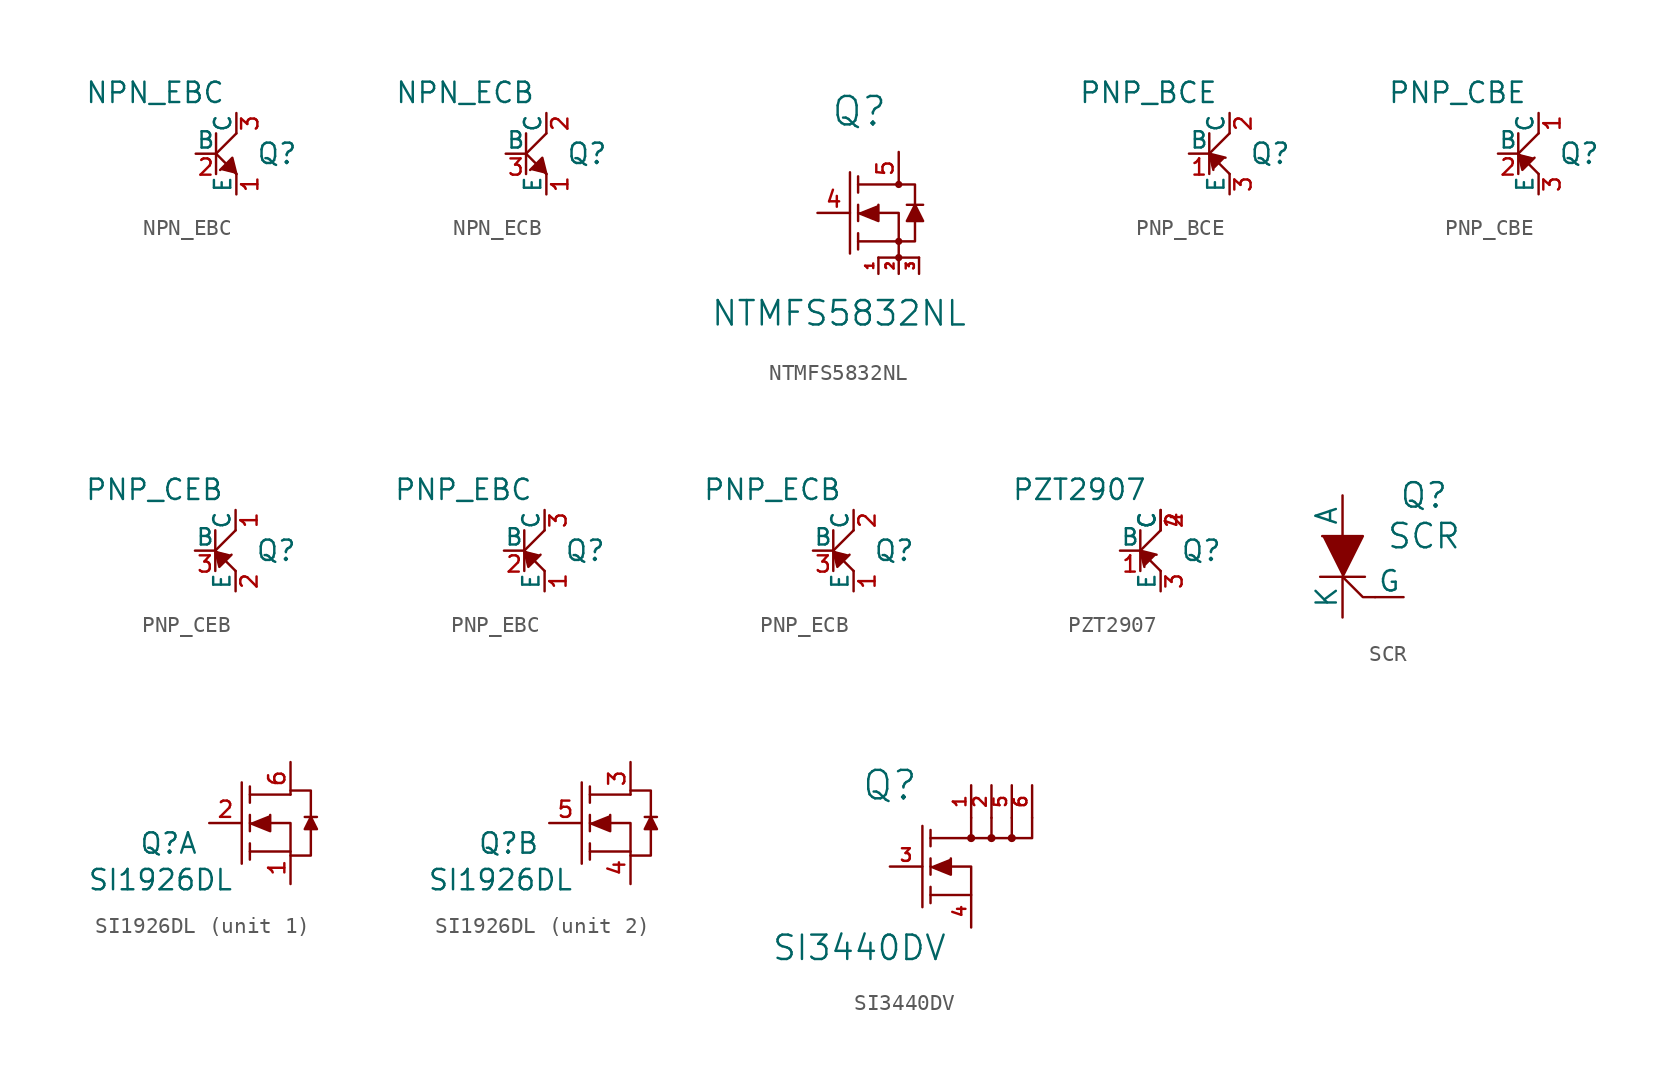
<source format=kicad_sym>
(kicad_symbol_lib
  (version 20220914)
  (generator kicad_symbol_editor)
  (symbol "NPN_EBC"
    (pin_names
      (offset 0))
    (property "Reference" "Q"
      (at 3.81 0 0)
      (effects (font (size 1.27 1.27))))
    (property "Value" "NPN_EBC"
      (at -3.81 3.81 0)
      (effects (font (size 1.27 1.27))))
    (property "Footprint" ""
      (at 0 0 0)
      (effects (font (size 1.524 1.524))))
    (property "Datasheet" ""
      (at 0 0 0)
      (effects (font (size 1.524 1.524))))
    (symbol "NPN_EBC_0_1"
      (polyline (pts (xy 0 0) (xy 1.27 -1.27) (xy 1.27 -1.27)) (stroke (width 0) (type solid)) (fill (type outline)))
      (polyline (pts (xy 0 0) (xy 1.27 1.27) (xy 1.27 1.27)) (stroke (width 0) (type solid)) (fill (type outline)))
      (polyline (pts (xy 0 1.27) (xy 0 -1.27) (xy 0 -1.27)) (stroke (width 0) (type solid)) (fill (type outline)))
      (polyline (pts (xy 1.27 -1.27) (xy 1.016 -0.254) (xy 0.254 -1.016) (xy 0.254 -1.016)) (stroke (width 0) (type solid)) (fill (type outline))))
    (symbol "NPN_EBC_1_1"
      (pin passive line (at 1.27 -2.54 90) (length 1.27) (name "E" (effects (font (size 1.016 1.016)))) (number "1" (effects (font (size 1.016 1.016)))))
      (pin input line (at -1.27 0 0) (length 1.27) (name "B" (effects (font (size 1.016 1.016)))) (number "2" (effects (font (size 1.016 1.016)))))
      (pin passive line (at 1.27 2.54 270) (length 1.27) (name "C" (effects (font (size 1.016 1.016)))) (number "3" (effects (font (size 1.016 1.016)))))))
  (symbol "NPN_ECB"
    (pin_names
      (offset 0))
    (property "Reference" "Q"
      (at 3.81 0 0)
      (effects (font (size 1.27 1.27))))
    (property "Value" "NPN_ECB"
      (at -3.81 3.81 0)
      (effects (font (size 1.27 1.27))))
    (property "Footprint" ""
      (at 0 0 0)
      (effects (font (size 1.524 1.524))))
    (property "Datasheet" ""
      (at 0 0 0)
      (effects (font (size 1.524 1.524))))
    (symbol "NPN_ECB_0_1"
      (polyline (pts (xy 0 0) (xy 1.27 -1.27) (xy 1.27 -1.27)) (stroke (width 0) (type solid)) (fill (type outline)))
      (polyline (pts (xy 0 0) (xy 1.27 1.27) (xy 1.27 1.27)) (stroke (width 0) (type solid)) (fill (type outline)))
      (polyline (pts (xy 0 1.27) (xy 0 -1.27) (xy 0 -1.27)) (stroke (width 0) (type solid)) (fill (type outline)))
      (polyline (pts (xy 1.27 -1.27) (xy 1.016 -0.254) (xy 0.254 -1.016) (xy 0.254 -1.016)) (stroke (width 0) (type solid)) (fill (type outline))))
    (symbol "NPN_ECB_1_1"
      (pin passive line (at 1.27 -2.54 90) (length 1.27) (name "E" (effects (font (size 1.016 1.016)))) (number "1" (effects (font (size 1.016 1.016)))))
      (pin passive line (at 1.27 2.54 270) (length 1.27) (name "C" (effects (font (size 1.016 1.016)))) (number "2" (effects (font (size 1.016 1.016)))))
      (pin input line (at -1.27 0 0) (length 1.27) (name "B" (effects (font (size 1.016 1.016)))) (number "3" (effects (font (size 1.016 1.016)))))))
  (symbol "NTMFS5832NL"
    (pin_names
      (offset 0.762) hide)
    (property "Reference" "Q"
      (at -2.464 6.35 0)
      (effects (font (size 1.778 1.778))))
    (property "Value" "NTMFS5832NL"
      (at -3.734 -6.274 0)
      (effects (font (size 1.524 1.524))))
    (property "Footprint" ""
      (at 0 0 0)
      (effects (font (size 1.524 1.524))))
    (property "Datasheet" ""
      (at 0 0 0)
      (effects (font (size 1.524 1.524))))
    (symbol "NTMFS5832NL_0_1"
      (circle (center 0 -2.794) (radius 0.152) (stroke (width 0) (type solid)) (fill (type none)))
      (circle (center 0 -1.778) (radius 0.152) (stroke (width 0) (type solid)) (fill (type none)))
      (polyline (pts (xy 0 -2.794) (xy 0 -1.778)) (stroke (width 0) (type solid)) (fill (type none)))
      (polyline (pts (xy 0.508 0.508) (xy 1.524 0.508)) (stroke (width 0) (type solid)) (fill (type none)))
      (polyline (pts (xy 1.27 -2.794) (xy -1.27 -2.794)) (stroke (width 0) (type solid)) (fill (type none)))
      (polyline (pts (xy -3.048 2.54) (xy -3.048 -2.54) (xy -3.048 -2.54)) (stroke (width 0) (type solid)) (fill (type outline)))
      (polyline (pts (xy -2.54 -2.286) (xy -2.54 -1.27) (xy -2.54 -1.27)) (stroke (width 0) (type solid)) (fill (type outline)))
      (polyline (pts (xy -2.54 -0.508) (xy -2.54 0.508) (xy -2.54 0.508)) (stroke (width 0) (type solid)) (fill (type outline)))
      (polyline (pts (xy -2.54 1.27) (xy -2.54 2.286) (xy -2.54 2.286)) (stroke (width 0) (type solid)) (fill (type outline)))
      (polyline (pts (xy -2.54 1.778) (xy 0 1.778) (xy 0 1.778)) (stroke (width 0) (type solid)) (fill (type none)))
      (polyline (pts (xy -1.27 0.508) (xy -1.27 -0.508) (xy -2.54 0) (xy -2.54 0)) (stroke (width 0) (type solid)) (fill (type outline)))
      (polyline (pts (xy 0.508 -0.508) (xy 1.524 -0.508) (xy 1.016 0.508) (xy 0.508 -0.508)) (stroke (width 0) (type solid)) (fill (type outline)))
      (polyline (pts (xy -2.54 -1.778) (xy 0 -1.778) (xy 0 0) (xy -1.27 0) (xy -1.27 0)) (stroke (width 0) (type solid)) (fill (type none)))
      (polyline (pts (xy 0 1.778) (xy 1.016 1.778) (xy 1.016 0.508) (xy 1.016 -1.778) (xy 0 -1.778)) (stroke (width 0) (type solid)) (fill (type none)))
      (circle (center 0 1.778) (radius 0.152) (stroke (width 0) (type solid)) (fill (type none))))
    (symbol "NTMFS5832NL_1_1"
      (pin passive line (at -1.27 -3.81 90) (length 1.016) (name "S" (effects (font (size 0.508 0.508)))) (number "1" (effects (font (size 0.508 0.508)))))
      (pin passive line (at 0 -3.81 90) (length 1.016) (name "S" (effects (font (size 0.508 0.508)))) (number "2" (effects (font (size 0.508 0.508)))))
      (pin passive line (at 1.27 -3.81 90) (length 1.016) (name "S" (effects (font (size 0.508 0.508)))) (number "3" (effects (font (size 0.508 0.508)))))
      (pin input line (at -5.08 0 0) (length 2.032) (name "G" (effects (font (size 1.016 1.016)))) (number "4" (effects (font (size 1.016 1.016)))))
      (pin passive line (at 0 3.81 270) (length 2.032) (name "D" (effects (font (size 1.016 1.016)))) (number "5" (effects (font (size 1.016 1.016)))))))
  (symbol "PNP_BCE"
    (pin_names
      (offset 0))
    (property "Reference" "Q"
      (at 3.81 0 0)
      (effects (font (size 1.27 1.27))))
    (property "Value" "PNP_BCE"
      (at -3.81 3.81 0)
      (effects (font (size 1.27 1.27))))
    (property "Footprint" ""
      (at 0 0 0)
      (effects (font (size 1.524 1.524))))
    (property "Datasheet" ""
      (at 0 0 0)
      (effects (font (size 1.524 1.524))))
    (symbol "PNP_BCE_0_1"
      (polyline (pts (xy 0 0) (xy 1.27 1.27) (xy 1.27 1.27)) (stroke (width 0) (type solid)) (fill (type outline)))
      (polyline (pts (xy 0 1.27) (xy 0 -1.27) (xy 0 -1.27)) (stroke (width 0) (type solid)) (fill (type outline)))
      (polyline (pts (xy 1.27 -1.27) (xy 0 0) (xy 0 0)) (stroke (width 0) (type solid)) (fill (type outline)))
      (polyline (pts (xy 0.254 -1.016) (xy 0 0) (xy 1.016 -0.254) (xy 1.016 -0.254)) (stroke (width 0) (type solid)) (fill (type outline))))
    (symbol "PNP_BCE_1_1"
      (pin input line (at -1.27 0 0) (length 1.27) (name "B" (effects (font (size 1.016 1.016)))) (number "1" (effects (font (size 1.016 1.016)))))
      (pin passive line (at 1.27 2.54 270) (length 1.27) (name "C" (effects (font (size 1.016 1.016)))) (number "2" (effects (font (size 1.016 1.016)))))
      (pin passive line (at 1.27 -2.54 90) (length 1.27) (name "E" (effects (font (size 1.016 1.016)))) (number "3" (effects (font (size 1.016 1.016)))))))
  (symbol "PNP_CBE"
    (pin_names
      (offset 0))
    (property "Reference" "Q"
      (at 3.81 0 0)
      (effects (font (size 1.27 1.27))))
    (property "Value" "PNP_CBE"
      (at -3.81 3.81 0)
      (effects (font (size 1.27 1.27))))
    (property "Footprint" ""
      (at 0 0 0)
      (effects (font (size 1.524 1.524))))
    (property "Datasheet" ""
      (at 0 0 0)
      (effects (font (size 1.524 1.524))))
    (symbol "PNP_CBE_0_1"
      (polyline (pts (xy 0 0) (xy 1.27 -1.27) (xy 1.27 -1.27)) (stroke (width 0) (type solid)) (fill (type outline)))
      (polyline (pts (xy 0 0) (xy 1.27 1.27) (xy 1.27 1.27)) (stroke (width 0) (type solid)) (fill (type outline)))
      (polyline (pts (xy 0 1.27) (xy 0 -1.27) (xy 0 -1.27)) (stroke (width 0) (type solid)) (fill (type outline)))
      (polyline (pts (xy 1.016 -0.254) (xy 0.254 -1.016) (xy 0 0) (xy 0 0)) (stroke (width 0) (type solid)) (fill (type outline))))
    (symbol "PNP_CBE_1_1"
      (pin passive line (at 1.27 2.54 270) (length 1.27) (name "C" (effects (font (size 1.016 1.016)))) (number "1" (effects (font (size 1.016 1.016)))))
      (pin input line (at -1.27 0 0) (length 1.27) (name "B" (effects (font (size 1.016 1.016)))) (number "2" (effects (font (size 1.016 1.016)))))
      (pin passive line (at 1.27 -2.54 90) (length 1.27) (name "E" (effects (font (size 1.016 1.016)))) (number "3" (effects (font (size 1.016 1.016)))))))
  (symbol "PNP_CEB"
    (pin_names
      (offset 0))
    (property "Reference" "Q"
      (at 3.81 0 0)
      (effects (font (size 1.27 1.27))))
    (property "Value" "PNP_CEB"
      (at -3.81 3.81 0)
      (effects (font (size 1.27 1.27))))
    (property "Footprint" ""
      (at 0 0 0)
      (effects (font (size 1.524 1.524))))
    (property "Datasheet" ""
      (at 0 0 0)
      (effects (font (size 1.524 1.524))))
    (symbol "PNP_CEB_0_1"
      (polyline (pts (xy 0 0) (xy 1.27 -1.27) (xy 1.27 -1.27)) (stroke (width 0) (type solid)) (fill (type outline)))
      (polyline (pts (xy 0 0) (xy 1.27 1.27) (xy 1.27 1.27)) (stroke (width 0) (type solid)) (fill (type outline)))
      (polyline (pts (xy 0 1.27) (xy 0 -1.27) (xy 0 -1.27)) (stroke (width 0) (type solid)) (fill (type outline)))
      (polyline (pts (xy 0 0) (xy 0.254 -1.016) (xy 1.016 -0.254) (xy 1.016 -0.254)) (stroke (width 0) (type solid)) (fill (type outline))))
    (symbol "PNP_CEB_1_1"
      (pin passive line (at 1.27 2.54 270) (length 1.27) (name "C" (effects (font (size 1.016 1.016)))) (number "1" (effects (font (size 1.016 1.016)))))
      (pin passive line (at 1.27 -2.54 90) (length 1.27) (name "E" (effects (font (size 1.016 1.016)))) (number "2" (effects (font (size 1.016 1.016)))))
      (pin input line (at -1.27 0 0) (length 1.27) (name "B" (effects (font (size 1.016 1.016)))) (number "3" (effects (font (size 1.016 1.016)))))))
  (symbol "PNP_EBC"
    (pin_names
      (offset 0))
    (property "Reference" "Q"
      (at 3.81 0 0)
      (effects (font (size 1.27 1.27))))
    (property "Value" "PNP_EBC"
      (at -3.81 3.81 0)
      (effects (font (size 1.27 1.27))))
    (property "Footprint" ""
      (at 0 0 0)
      (effects (font (size 1.524 1.524))))
    (property "Datasheet" ""
      (at 0 0 0)
      (effects (font (size 1.524 1.524))))
    (symbol "PNP_EBC_0_1"
      (polyline (pts (xy 0 0) (xy 1.27 -1.27) (xy 1.27 -1.27)) (stroke (width 0) (type solid)) (fill (type outline)))
      (polyline (pts (xy 0 0) (xy 1.27 1.27) (xy 1.27 1.27)) (stroke (width 0) (type solid)) (fill (type outline)))
      (polyline (pts (xy 0 1.27) (xy 0 -1.27) (xy 0 -1.27)) (stroke (width 0) (type solid)) (fill (type outline)))
      (polyline (pts (xy 1.016 -0.254) (xy 0.254 -1.016) (xy 0 0) (xy 0 0)) (stroke (width 0) (type solid)) (fill (type outline))))
    (symbol "PNP_EBC_1_1"
      (pin passive line (at 1.27 -2.54 90) (length 1.27) (name "E" (effects (font (size 1.016 1.016)))) (number "1" (effects (font (size 1.016 1.016)))))
      (pin input line (at -1.27 0 0) (length 1.27) (name "B" (effects (font (size 1.016 1.016)))) (number "2" (effects (font (size 1.016 1.016)))))
      (pin passive line (at 1.27 2.54 270) (length 1.27) (name "C" (effects (font (size 1.016 1.016)))) (number "3" (effects (font (size 1.016 1.016)))))))
  (symbol "PNP_ECB"
    (pin_names
      (offset 0))
    (property "Reference" "Q"
      (at 3.81 0 0)
      (effects (font (size 1.27 1.27))))
    (property "Value" "PNP_ECB"
      (at -3.81 3.81 0)
      (effects (font (size 1.27 1.27))))
    (property "Footprint" ""
      (at 0 0 0)
      (effects (font (size 1.524 1.524))))
    (property "Datasheet" ""
      (at 0 0 0)
      (effects (font (size 1.524 1.524))))
    (symbol "PNP_ECB_0_1"
      (polyline (pts (xy 0 0) (xy 1.27 -1.27) (xy 1.27 -1.27)) (stroke (width 0) (type solid)) (fill (type outline)))
      (polyline (pts (xy 0 0) (xy 1.27 1.27) (xy 1.27 1.27)) (stroke (width 0) (type solid)) (fill (type outline)))
      (polyline (pts (xy 0 1.27) (xy 0 -1.27) (xy 0 -1.27)) (stroke (width 0) (type solid)) (fill (type outline)))
      (polyline (pts (xy 1.016 -0.254) (xy 0.254 -1.016) (xy 0 0) (xy 0 0)) (stroke (width 0) (type solid)) (fill (type outline))))
    (symbol "PNP_ECB_1_1"
      (pin passive line (at 1.27 -2.54 90) (length 1.27) (name "E" (effects (font (size 1.016 1.016)))) (number "1" (effects (font (size 1.016 1.016)))))
      (pin passive line (at 1.27 2.54 270) (length 1.27) (name "C" (effects (font (size 1.016 1.016)))) (number "2" (effects (font (size 1.016 1.016)))))
      (pin input line (at -1.27 0 0) (length 1.27) (name "B" (effects (font (size 1.016 1.016)))) (number "3" (effects (font (size 1.016 1.016)))))))
  (symbol "PZT2907"
    (pin_names
      (offset 0))
    (property "Reference" "Q"
      (at 3.81 0 0)
      (effects (font (size 1.27 1.27))))
    (property "Value" "PZT2907"
      (at -3.81 3.81 0)
      (effects (font (size 1.27 1.27))))
    (property "Datasheet" ""
      (at 0 0 0)
      (effects (font (size 1.524 1.524))))
    (symbol "PZT2907_0_1"
      (polyline (pts (xy 0 0) (xy 1.27 1.27) (xy 1.27 1.27)) (stroke (width 0) (type solid)) (fill (type outline)))
      (polyline (pts (xy 0 1.27) (xy 0 -1.27) (xy 0 -1.27)) (stroke (width 0) (type solid)) (fill (type outline)))
      (polyline (pts (xy 1.27 -1.27) (xy 0 0) (xy 0 0)) (stroke (width 0) (type solid)) (fill (type outline)))
      (polyline (pts (xy 0.254 -1.016) (xy 0 0) (xy 1.016 -0.254) (xy 1.016 -0.254)) (stroke (width 0) (type solid)) (fill (type outline))))
    (symbol "PZT2907_1_1"
      (pin input line (at -1.27 0 0) (length 1.27) (name "B" (effects (font (size 1.016 1.016)))) (number "1" (effects (font (size 1.016 1.016)))))
      (pin passive line (at 1.27 2.54 270) (length 1.27) (name "C" (effects (font (size 1.016 1.016)))) (number "2" (effects (font (size 1.016 1.016)))))
      (pin passive line (at 1.27 -2.54 90) (length 1.27) (name "E" (effects (font (size 1.016 1.016)))) (number "3" (effects (font (size 1.016 1.016)))))
      (pin passive line (at 1.27 2.54 270) (length 1.27) (name "C" (effects (font (size 1.016 1.016)))) (number "4" (effects (font (size 1.016 1.016)))))))
  (symbol "SCR"
    (pin_numbers hide)
    (pin_names
      (offset 0))
    (property "Reference" "Q"
      (at 5.08 3.81 0)
      (effects (font (size 1.524 1.524))))
    (property "Value" "SCR"
      (at 5.08 1.27 0)
      (effects (font (size 1.524 1.524))))
    (property "Footprint" ""
      (at 0 0 0)
      (effects (font (size 1.524 1.524))))
    (property "Datasheet" ""
      (at 0 0 0)
      (effects (font (size 1.524 1.524))))
    (symbol "SCR_0_1"
      (polyline (pts (xy -1.397 -1.27) (xy 1.397 -1.27) (xy 1.397 -1.27)) (stroke (width 0) (type solid)) (fill (type none)))
      (polyline (pts (xy -1.27 1.27) (xy 1.27 1.27) (xy 0 -1.27) (xy 0 -1.27)) (stroke (width 0) (type solid)) (fill (type outline)))
      (polyline (pts (xy 0 -1.27) (xy 1.27 -2.54) (xy 1.27 -2.54) (xy 2.032 -2.54)) (stroke (width 0) (type solid)) (fill (type none))))
    (symbol "SCR_1_1"
      (pin input line (at 3.81 -2.54 180) (length 1.778) (name "G" (effects (font (size 1.27 1.27)))) (number "1" (effects (font (size 1.27 1.27)))))
      (pin input line (at 0 3.81 270) (length 2.54) (name "A" (effects (font (size 1.27 1.27)))) (number "~" (effects (font (size 1.27 1.27)))))
      (pin input line (at 0 -3.81 90) (length 2.54) (name "K" (effects (font (size 1.27 1.27)))) (number "~" (effects (font (size 1.27 1.27)))))))
  (symbol "SI1926DL"
    (pin_names
      (offset 0) hide)
    (property "Reference" "Q"
      (at -5.08 -1.27 0)
      (effects (font (size 1.27 1.27))))
    (property "Value" "SI1926DL"
      (at -5.588 -3.556 0)
      (effects (font (size 1.27 1.27))))
    (property "Footprint" ""
      (at -3.81 -3.81 0)
      (effects (font (size 1.27 1.27))))
    (property "Datasheet" ""
      (at 0 0 0)
      (effects (font (size 1.524 1.524))))
    (symbol "SI1926DL_0_1"
      (polyline (pts (xy 3.429 0.381) (xy 4.191 0.381)) (stroke (width 0) (type solid)) (fill (type none)))
      (polyline (pts (xy -0.508 2.54) (xy -0.508 -2.54) (xy -0.508 -2.54)) (stroke (width 0) (type solid)) (fill (type outline)))
      (polyline (pts (xy 0 -2.286) (xy 0 -1.27) (xy 0 -1.27)) (stroke (width 0) (type solid)) (fill (type outline)))
      (polyline (pts (xy 0 -0.508) (xy 0 0.508) (xy 0 0.508)) (stroke (width 0) (type solid)) (fill (type outline)))
      (polyline (pts (xy 0 1.27) (xy 0 2.286) (xy 0 2.286)) (stroke (width 0) (type solid)) (fill (type outline)))
      (polyline (pts (xy 0 1.778) (xy 2.54 1.778) (xy 2.54 1.778)) (stroke (width 0) (type solid)) (fill (type none)))
      (polyline (pts (xy 1.27 0.508) (xy 1.27 -0.508) (xy 0 0) (xy 0 0)) (stroke (width 0) (type solid)) (fill (type outline)))
      (polyline (pts (xy 2.54 2.032) (xy 3.81 2.032) (xy 3.81 -2.032) (xy 2.54 -2.032)) (stroke (width 0) (type solid)) (fill (type none)))
      (polyline (pts (xy 3.81 0.381) (xy 3.429 -0.381) (xy 4.191 -0.381) (xy 3.81 0.381)) (stroke (width 0) (type solid)) (fill (type outline)))
      (polyline (pts (xy 0 -1.778) (xy 2.54 -1.778) (xy 2.54 0) (xy 1.27 0) (xy 1.27 0)) (stroke (width 0) (type solid)) (fill (type none))))
    (symbol "SI1926DL_1_1"
      (pin passive line (at 2.54 -3.81 90) (length 2.032) (name "S" (effects (font (size 1.016 1.016)))) (number "1" (effects (font (size 1.016 1.016)))))
      (pin input line (at -2.54 0 0) (length 2.032) (name "G" (effects (font (size 1.016 1.016)))) (number "2" (effects (font (size 1.016 1.016)))))
      (pin passive line (at 2.54 3.81 270) (length 2.032) (name "D" (effects (font (size 1.016 1.016)))) (number "6" (effects (font (size 1.016 1.016))))))
    (symbol "SI1926DL_2_1"
      (pin passive line (at 2.54 3.81 270) (length 2.032) (name "D" (effects (font (size 1.016 1.016)))) (number "3" (effects (font (size 1.016 1.016)))))
      (pin passive line (at 2.54 -3.81 90) (length 2.032) (name "S" (effects (font (size 1.016 1.016)))) (number "4" (effects (font (size 1.016 1.016)))))
      (pin input line (at -2.54 0 0) (length 2.032) (name "G" (effects (font (size 1.016 1.016)))) (number "5" (effects (font (size 1.016 1.016)))))))
  (symbol "SI3440DV"
    (pin_names
      (offset 0.762) hide)
    (property "Reference" "Q"
      (at -2.54 5.08 0)
      (effects (font (size 1.778 1.778))))
    (property "Value" "SI3440DV"
      (at -4.445 -5.08 0)
      (effects (font (size 1.524 1.524))))
    (property "Footprint" ""
      (at 0 0 0)
      (effects (font (size 1.524 1.524))))
    (property "Datasheet" ""
      (at 0 0 0)
      (effects (font (size 1.524 1.524))))
    (symbol "SI3440DV_0_1"
      (polyline (pts (xy 2.54 3.048) (xy 2.54 1.778)) (stroke (width 0) (type solid)) (fill (type none)))
      (polyline (pts (xy 3.81 3.048) (xy 3.81 1.778)) (stroke (width 0) (type solid)) (fill (type none)))
      (polyline (pts (xy 5.08 3.048) (xy 5.08 1.778)) (stroke (width 0) (type solid)) (fill (type none)))
      (polyline (pts (xy -0.508 2.54) (xy -0.508 -2.54) (xy -0.508 -2.54)) (stroke (width 0) (type solid)) (fill (type outline)))
      (polyline (pts (xy 0 -2.286) (xy 0 -1.27) (xy 0 -1.27)) (stroke (width 0) (type solid)) (fill (type outline)))
      (polyline (pts (xy 0 -0.508) (xy 0 0.508) (xy 0 0.508)) (stroke (width 0) (type solid)) (fill (type outline)))
      (polyline (pts (xy 0 1.27) (xy 0 2.286) (xy 0 2.286)) (stroke (width 0) (type solid)) (fill (type outline)))
      (polyline (pts (xy 0 1.778) (xy 2.54 1.778) (xy 2.54 1.778)) (stroke (width 0) (type solid)) (fill (type none)))
      (polyline (pts (xy 6.35 3.048) (xy 6.35 1.778) (xy 2.54 1.778)) (stroke (width 0) (type solid)) (fill (type none)))
      (polyline (pts (xy 1.27 0.508) (xy 1.27 -0.508) (xy 0 0) (xy 0 0)) (stroke (width 0) (type solid)) (fill (type outline)))
      (polyline (pts (xy 0 -1.778) (xy 2.54 -1.778) (xy 2.54 0) (xy 1.27 0) (xy 1.27 0)) (stroke (width 0) (type solid)) (fill (type none)))
      (circle (center 2.54 1.778) (radius 0.178) (stroke (width 0) (type solid)) (fill (type outline)))
      (circle (center 3.81 1.778) (radius 0.178) (stroke (width 0) (type solid)) (fill (type outline)))
      (circle (center 5.08 1.778) (radius 0.178) (stroke (width 0) (type solid)) (fill (type outline))))
    (symbol "SI3440DV_1_1"
      (pin passive line (at 2.54 5.08 270) (length 2.032) (name "D" (effects (font (size 0.787 0.787)))) (number "1" (effects (font (size 0.787 0.787)))))
      (pin passive line (at 3.81 5.08 270) (length 2.032) (name "D" (effects (font (size 1.016 1.016)))) (number "2" (effects (font (size 0.787 0.787)))))
      (pin input line (at -2.54 0 0) (length 2.032) (name "G" (effects (font (size 1.016 1.016)))) (number "3" (effects (font (size 0.787 0.787)))))
      (pin passive line (at 2.54 -3.81 90) (length 2.032) (name "S" (effects (font (size 1.016 1.016)))) (number "4" (effects (font (size 0.787 0.787)))))
      (pin passive line (at 5.08 5.08 270) (length 2.032) (name "D" (effects (font (size 1.016 1.016)))) (number "5" (effects (font (size 0.787 0.787)))))
      (pin passive line (at 6.35 5.08 270) (length 2.032) (name "D" (effects (font (size 1.016 1.016)))) (number "6" (effects (font (size 0.787 0.787))))))))
</source>
